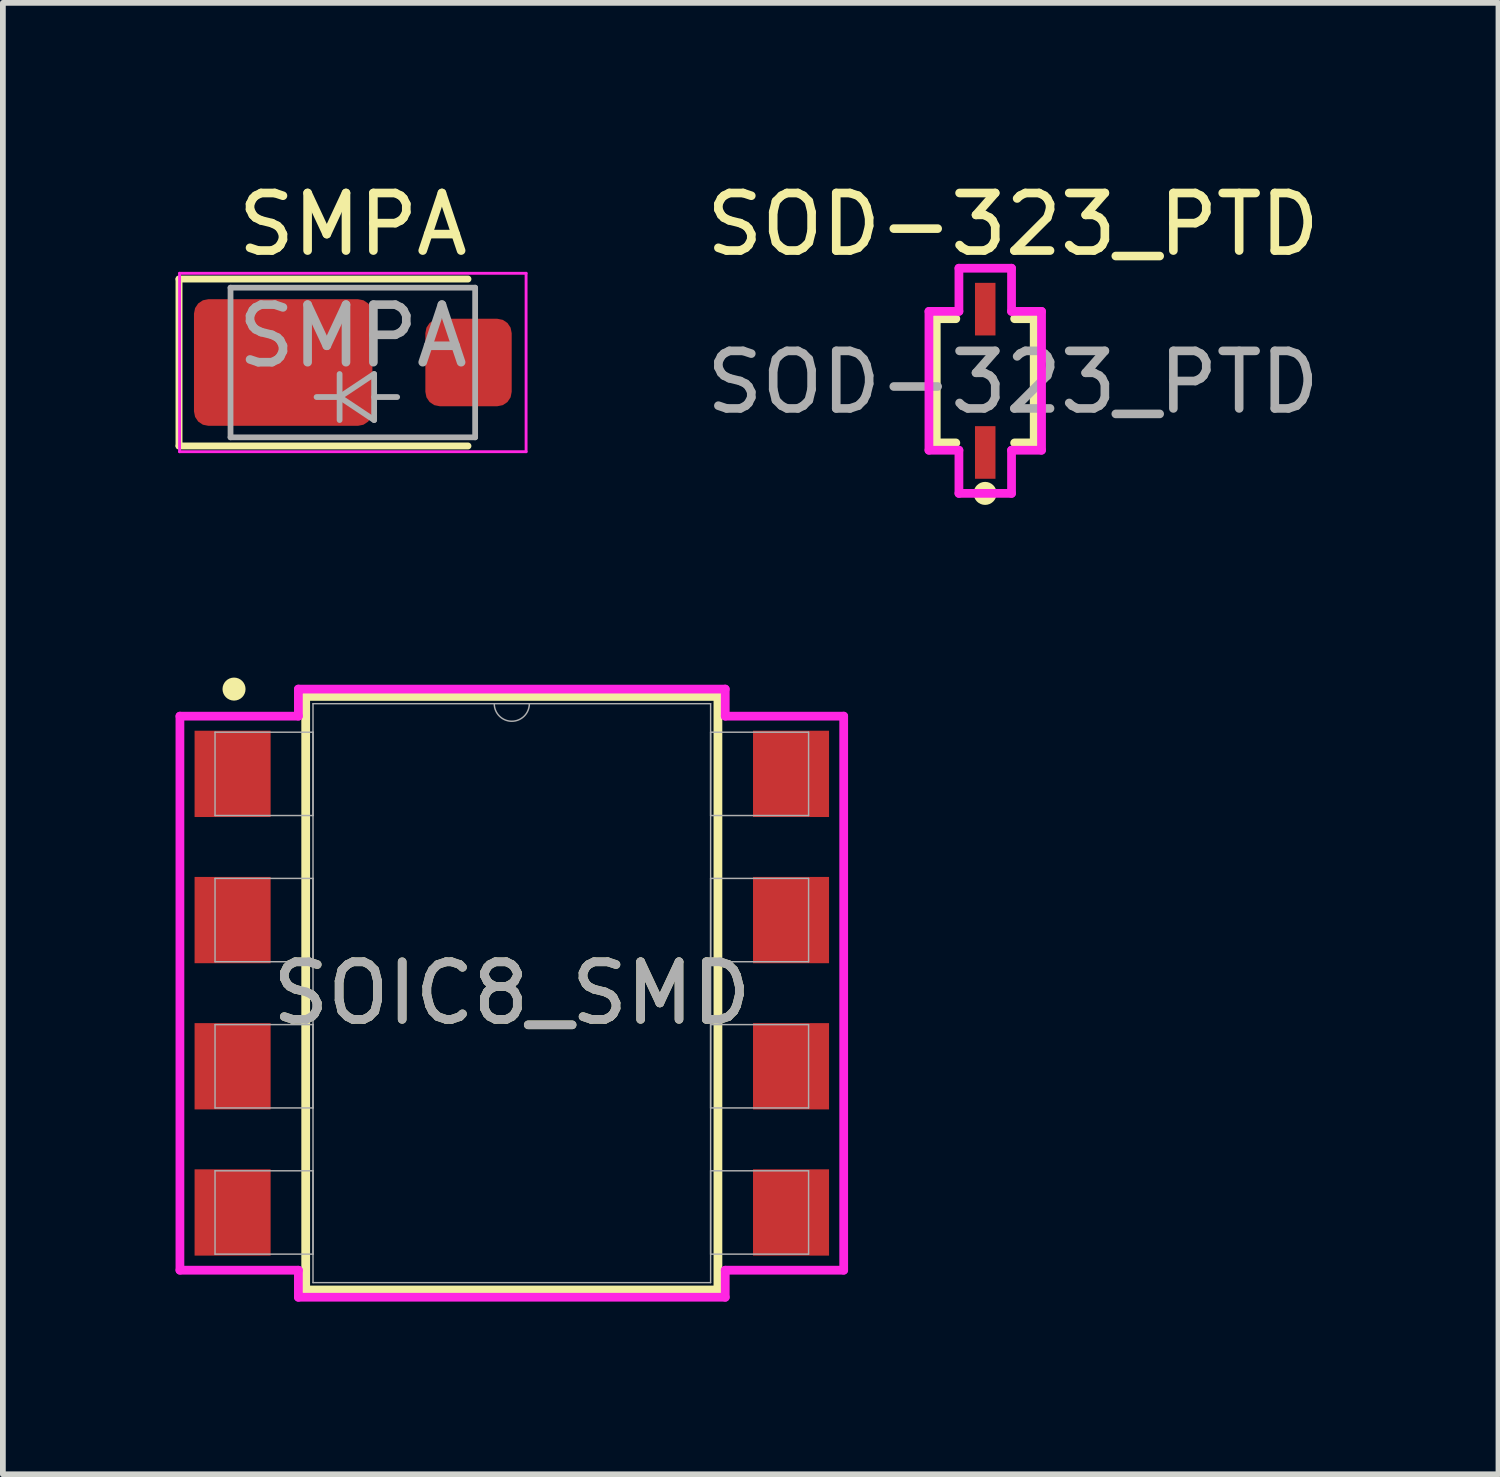
<source format=kicad_pcb>
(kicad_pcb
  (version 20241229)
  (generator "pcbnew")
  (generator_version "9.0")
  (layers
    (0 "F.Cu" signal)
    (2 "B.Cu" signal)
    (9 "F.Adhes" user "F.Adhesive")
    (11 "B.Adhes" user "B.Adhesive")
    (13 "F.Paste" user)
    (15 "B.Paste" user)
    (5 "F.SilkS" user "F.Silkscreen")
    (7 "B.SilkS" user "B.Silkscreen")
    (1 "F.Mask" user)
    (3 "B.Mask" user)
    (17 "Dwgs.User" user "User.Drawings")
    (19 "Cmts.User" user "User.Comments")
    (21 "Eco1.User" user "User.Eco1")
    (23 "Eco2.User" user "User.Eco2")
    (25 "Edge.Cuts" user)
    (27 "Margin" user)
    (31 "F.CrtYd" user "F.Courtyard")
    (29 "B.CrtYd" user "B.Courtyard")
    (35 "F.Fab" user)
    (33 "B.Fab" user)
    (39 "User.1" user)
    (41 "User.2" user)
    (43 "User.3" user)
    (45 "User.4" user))
  (footprint "SOIC8_SMD"
    (layer "F.Cu")
    (at 5.842 14.205)
    (property "Reference" "SOIC8_SMD" (at 0 0 0) (unlocked yes) (layer "F.SilkS") (effects (font (size 1 1) (thickness 0.15))))
    (attr smd)
    (fp_line (start -3.581 -5.156) (end -3.581 5.156) (stroke (width 0.152) (type solid)) (layer "F.SilkS"))
    (fp_line (start -3.581 5.156) (end 3.581 5.156) (stroke (width 0.152) (type solid)) (layer "F.SilkS"))
    (fp_line (start 3.581 -5.156) (end -3.581 -5.156) (stroke (width 0.152) (type solid)) (layer "F.SilkS"))
    (fp_line (start 3.581 5.156) (end 3.581 -5.156) (stroke (width 0.152) (type solid)) (layer "F.SilkS"))
    (fp_circle (center -4.826 -5.283) (end -4.726 -5.283) (stroke (width 0.2) (type solid)) (fill no) (layer "F.SilkS"))
    (fp_line (start -5.766 -4.813) (end -3.708 -4.813) (stroke (width 0.152) (type solid)) (layer "F.CrtYd"))
    (fp_line (start -5.766 4.813) (end -5.766 -4.813) (stroke (width 0.152) (type solid)) (layer "F.CrtYd"))
    (fp_line (start -5.766 4.813) (end -3.708 4.813) (stroke (width 0.152) (type solid)) (layer "F.CrtYd"))
    (fp_line (start -3.708 -5.283) (end 3.708 -5.283) (stroke (width 0.152) (type solid)) (layer "F.CrtYd"))
    (fp_line (start -3.708 -4.813) (end -3.708 -5.283) (stroke (width 0.152) (type solid)) (layer "F.CrtYd"))
    (fp_line (start -3.708 5.283) (end -3.708 4.813) (stroke (width 0.152) (type solid)) (layer "F.CrtYd"))
    (fp_line (start 3.708 -5.283) (end 3.708 -4.813) (stroke (width 0.152) (type solid)) (layer "F.CrtYd"))
    (fp_line (start 3.708 4.813) (end 3.708 5.283) (stroke (width 0.152) (type solid)) (layer "F.CrtYd"))
    (fp_line (start 3.708 5.283) (end -3.708 5.283) (stroke (width 0.152) (type solid)) (layer "F.CrtYd"))
    (fp_line (start 5.766 -4.813) (end 3.708 -4.813) (stroke (width 0.152) (type solid)) (layer "F.CrtYd"))
    (fp_line (start 5.766 -4.813) (end 5.766 4.813) (stroke (width 0.152) (type solid)) (layer "F.CrtYd"))
    (fp_line (start 5.766 4.813) (end 3.708 4.813) (stroke (width 0.152) (type solid)) (layer "F.CrtYd"))
    (fp_line (start -5.156 -4.534) (end -5.156 -3.086) (stroke (width 0.025) (type solid)) (layer "F.Fab"))
    (fp_line (start -5.156 -3.086) (end -3.454 -3.086) (stroke (width 0.025) (type solid)) (layer "F.Fab"))
    (fp_line (start -5.156 -1.994) (end -5.156 -0.546) (stroke (width 0.025) (type solid)) (layer "F.Fab"))
    (fp_line (start -5.156 -0.546) (end -3.454 -0.546) (stroke (width 0.025) (type solid)) (layer "F.Fab"))
    (fp_line (start -5.156 0.546) (end -5.156 1.994) (stroke (width 0.025) (type solid)) (layer "F.Fab"))
    (fp_line (start -5.156 1.994) (end -3.454 1.994) (stroke (width 0.025) (type solid)) (layer "F.Fab"))
    (fp_line (start -5.156 3.086) (end -5.156 4.534) (stroke (width 0.025) (type solid)) (layer "F.Fab"))
    (fp_line (start -5.156 4.534) (end -3.454 4.534) (stroke (width 0.025) (type solid)) (layer "F.Fab"))
    (fp_line (start -3.454 -5.029) (end -3.454 5.029) (stroke (width 0.025) (type solid)) (layer "F.Fab"))
    (fp_line (start -3.454 -4.534) (end -5.156 -4.534) (stroke (width 0.025) (type solid)) (layer "F.Fab"))
    (fp_line (start -3.454 -3.086) (end -3.454 -4.534) (stroke (width 0.025) (type solid)) (layer "F.Fab"))
    (fp_line (start -3.454 -1.994) (end -5.156 -1.994) (stroke (width 0.025) (type solid)) (layer "F.Fab"))
    (fp_line (start -3.454 -0.546) (end -3.454 -1.994) (stroke (width 0.025) (type solid)) (layer "F.Fab"))
    (fp_line (start -3.454 0.546) (end -5.156 0.546) (stroke (width 0.025) (type solid)) (layer "F.Fab"))
    (fp_line (start -3.454 1.994) (end -3.454 0.546) (stroke (width 0.025) (type solid)) (layer "F.Fab"))
    (fp_line (start -3.454 3.086) (end -5.156 3.086) (stroke (width 0.025) (type solid)) (layer "F.Fab"))
    (fp_line (start -3.454 4.534) (end -3.454 3.086) (stroke (width 0.025) (type solid)) (layer "F.Fab"))
    (fp_line (start -3.454 5.029) (end 3.454 5.029) (stroke (width 0.025) (type solid)) (layer "F.Fab"))
    (fp_line (start 3.454 -5.029) (end -3.454 -5.029) (stroke (width 0.025) (type solid)) (layer "F.Fab"))
    (fp_line (start 3.454 -4.534) (end 3.454 -3.086) (stroke (width 0.025) (type solid)) (layer "F.Fab"))
    (fp_line (start 3.454 -3.086) (end 5.156 -3.086) (stroke (width 0.025) (type solid)) (layer "F.Fab"))
    (fp_line (start 3.454 -1.994) (end 3.454 -0.546) (stroke (width 0.025) (type solid)) (layer "F.Fab"))
    (fp_line (start 3.454 -0.546) (end 5.156 -0.546) (stroke (width 0.025) (type solid)) (layer "F.Fab"))
    (fp_line (start 3.454 0.546) (end 3.454 1.994) (stroke (width 0.025) (type solid)) (layer "F.Fab"))
    (fp_line (start 3.454 1.994) (end 5.156 1.994) (stroke (width 0.025) (type solid)) (layer "F.Fab"))
    (fp_line (start 3.454 3.086) (end 3.454 4.534) (stroke (width 0.025) (type solid)) (layer "F.Fab"))
    (fp_line (start 3.454 4.534) (end 5.156 4.534) (stroke (width 0.025) (type solid)) (layer "F.Fab"))
    (fp_line (start 3.454 5.029) (end 3.454 -5.029) (stroke (width 0.025) (type solid)) (layer "F.Fab"))
    (fp_line (start 5.156 -4.534) (end 3.454 -4.534) (stroke (width 0.025) (type solid)) (layer "F.Fab"))
    (fp_line (start 5.156 -3.086) (end 5.156 -4.534) (stroke (width 0.025) (type solid)) (layer "F.Fab"))
    (fp_line (start 5.156 -1.994) (end 3.454 -1.994) (stroke (width 0.025) (type solid)) (layer "F.Fab"))
    (fp_line (start 5.156 -0.546) (end 5.156 -1.994) (stroke (width 0.025) (type solid)) (layer "F.Fab"))
    (fp_line (start 5.156 0.546) (end 3.454 0.546) (stroke (width 0.025) (type solid)) (layer "F.Fab"))
    (fp_line (start 5.156 1.994) (end 5.156 0.546) (stroke (width 0.025) (type solid)) (layer "F.Fab"))
    (fp_line (start 5.156 3.086) (end 3.454 3.086) (stroke (width 0.025) (type solid)) (layer "F.Fab"))
    (fp_line (start 5.156 4.534) (end 5.156 3.086) (stroke (width 0.025) (type solid)) (layer "F.Fab"))
    (fp_arc (start 0.3048 -5.0292) (mid 0 -4.7244) (end -0.3048 -5.0292) (stroke (width 0.0254) (type solid)) (layer "F.Fab"))
    (fp_text user "${REFERENCE}" (at 0 0 0) (unlocked yes) (layer "F.Fab") (effects (font (size 1 1) (thickness 0.15))))
    (pad "1" smd rect (at -4.851 -3.81) (size 1.321 1.499) (layers "F.Cu" "F.Mask" "F.Paste"))
    (pad "2" smd rect (at -4.851 -1.27) (size 1.321 1.499) (layers "F.Cu" "F.Mask" "F.Paste"))
    (pad "3" smd rect (at -4.851 1.27) (size 1.321 1.499) (layers "F.Cu" "F.Mask" "F.Paste"))
    (pad "4" smd rect (at -4.851 3.81) (size 1.321 1.499) (layers "F.Cu" "F.Mask" "F.Paste"))
    (pad "5" smd rect (at 4.851 3.81) (size 1.321 1.499) (layers "F.Cu" "F.Mask" "F.Paste"))
    (pad "6" smd rect (at 4.851 1.27) (size 1.321 1.499) (layers "F.Cu" "F.Mask" "F.Paste"))
    (pad "7" smd rect (at 4.851 -1.27) (size 1.321 1.499) (layers "F.Cu" "F.Mask" "F.Paste"))
    (pad "8" smd rect (at 4.851 -3.81) (size 1.321 1.499) (layers "F.Cu" "F.Mask" "F.Paste")))
  (footprint "SOD-323_PTD"
    (layer "F.Cu")
    (at 14.067 3.566)
    (property "Reference" "SOD-323_PTD" (at 0.483 -2.718 0) (unlocked yes) (layer "F.SilkS") (effects (font (size 1 1) (thickness 0.15))))
    (attr smd)
    (fp_line (start -0.851 -1.079) (end -0.851 1.079) (stroke (width 0.152) (type solid)) (layer "F.SilkS"))
    (fp_line (start -0.851 1.079) (end -0.511 1.079) (stroke (width 0.152) (type solid)) (layer "F.SilkS"))
    (fp_line (start -0.511 -1.079) (end -0.851 -1.079) (stroke (width 0.152) (type solid)) (layer "F.SilkS"))
    (fp_line (start 0.511 1.079) (end 0.851 1.079) (stroke (width 0.152) (type solid)) (layer "F.SilkS"))
    (fp_line (start 0.851 -1.079) (end 0.511 -1.079) (stroke (width 0.152) (type solid)) (layer "F.SilkS"))
    (fp_line (start 0.851 1.079) (end 0.851 -1.079) (stroke (width 0.152) (type solid)) (layer "F.SilkS"))
    (fp_circle (center -0.002 1.956) (end 0.098 1.956) (stroke (width 0.2) (type solid)) (fill no) (layer "F.SilkS"))
    (fp_line (start -0.978 -1.206) (end -0.457 -1.206) (stroke (width 0.152) (type solid)) (layer "F.CrtYd"))
    (fp_line (start -0.978 1.206) (end -0.978 -1.206) (stroke (width 0.152) (type solid)) (layer "F.CrtYd"))
    (fp_line (start -0.978 1.206) (end -0.457 1.206) (stroke (width 0.152) (type solid)) (layer "F.CrtYd"))
    (fp_line (start -0.457 -1.956) (end 0.457 -1.956) (stroke (width 0.152) (type solid)) (layer "F.CrtYd"))
    (fp_line (start -0.457 -1.206) (end -0.457 -1.956) (stroke (width 0.152) (type solid)) (layer "F.CrtYd"))
    (fp_line (start -0.457 1.206) (end -0.457 1.956) (stroke (width 0.152) (type solid)) (layer "F.CrtYd"))
    (fp_line (start -0.457 1.956) (end 0.457 1.956) (stroke (width 0.152) (type solid)) (layer "F.CrtYd"))
    (fp_line (start 0.457 -1.206) (end 0.457 -1.956) (stroke (width 0.152) (type solid)) (layer "F.CrtYd"))
    (fp_line (start 0.457 1.206) (end 0.457 1.956) (stroke (width 0.152) (type solid)) (layer "F.CrtYd"))
    (fp_line (start 0.978 -1.206) (end 0.457 -1.206) (stroke (width 0.152) (type solid)) (layer "F.CrtYd"))
    (fp_line (start 0.978 -1.206) (end 0.978 1.206) (stroke (width 0.152) (type solid)) (layer "F.CrtYd"))
    (fp_line (start 0.978 1.206) (end 0.457 1.206) (stroke (width 0.152) (type solid)) (layer "F.CrtYd"))
    (fp_text user "${REFERENCE}" (at 0.483 0.025 0) (unlocked yes) (layer "F.Fab") (effects (font (size 1 1) (thickness 0.15))))
    (pad "1" smd rect (at 0 1.245) (size 0.356 0.914) (layers "F.Cu" "F.Mask" "F.Paste"))
    (pad "2" smd rect (at 0 -1.245) (size 0.356 0.914) (layers "F.Cu" "F.Mask" "F.Paste")))
  (footprint "SMPA"
    (layer "F.Cu")
    (at 3.08 3.248)
    (property "Reference" "SMPA" (at 0 -2.4 0) (layer "F.SilkS") (effects (font (size 1 1) (thickness 0.15))))
    (attr smd)
    (fp_line (start -3.02 -1.45) (end -3.02 1.45) (stroke (width 0.12) (type solid)) (layer "F.SilkS"))
    (fp_line (start -3.02 -1.45) (end 2 -1.45) (stroke (width 0.12) (type solid)) (layer "F.SilkS"))
    (fp_line (start -3.02 1.45) (end 2 1.45) (stroke (width 0.12) (type solid)) (layer "F.SilkS"))
    (fp_line (start -3.01 -1.55) (end 3.01 -1.55) (stroke (width 0.05) (type solid)) (layer "F.CrtYd"))
    (fp_line (start -3.01 1.55) (end -3.01 -1.55) (stroke (width 0.05) (type solid)) (layer "F.CrtYd"))
    (fp_line (start 3.01 -1.55) (end 3.01 1.55) (stroke (width 0.05) (type solid)) (layer "F.CrtYd"))
    (fp_line (start 3.01 1.55) (end -3.01 1.55) (stroke (width 0.05) (type solid)) (layer "F.CrtYd"))
    (fp_line (start -2.125 1.3) (end -2.125 -1.3) (stroke (width 0.1) (type solid)) (layer "F.Fab"))
    (fp_line (start -0.23 0.2) (end -0.23 1) (stroke (width 0.1) (type solid)) (layer "F.Fab"))
    (fp_line (start -0.23 0.6) (end -0.63 0.6) (stroke (width 0.1) (type solid)) (layer "F.Fab"))
    (fp_line (start -0.23 0.6) (end 0.37 0.2) (stroke (width 0.1) (type solid)) (layer "F.Fab"))
    (fp_line (start -0.23 0.6) (end 0.37 1) (stroke (width 0.1) (type solid)) (layer "F.Fab"))
    (fp_line (start 0.37 0.6) (end 0.77 0.6) (stroke (width 0.1) (type solid)) (layer "F.Fab"))
    (fp_line (start 0.37 1) (end 0.37 0.2) (stroke (width 0.1) (type solid)) (layer "F.Fab"))
    (fp_line (start 2.125 -1.3) (end -2.125 -1.3) (stroke (width 0.1) (type solid)) (layer "F.Fab"))
    (fp_line (start 2.125 -1.3) (end 2.125 1.3) (stroke (width 0.1) (type solid)) (layer "F.Fab"))
    (fp_line (start 2.125 1.3) (end -2.125 1.3) (stroke (width 0.1) (type solid)) (layer "F.Fab"))
    (fp_text user "${REFERENCE}" (at 0 -0.46 0) (layer "F.Fab") (effects (font (size 1 1) (thickness 0.15))))
    (pad "1" smd roundrect (at -1.21 0) (size 3.1 2.2) (layers "F.Cu" "F.Mask" "F.Paste") (roundrect_rratio 0.114))
    (pad "2" smd roundrect (at 2.01 0) (size 1.5 1.52) (layers "F.Cu" "F.Mask" "F.Paste") (roundrect_rratio 0.167)))
  (gr_rect
    (start -3 -3)
    (end 22.984 22.564)
    (stroke (width 0.1) (type default))
    (fill no)
    (layer "Edge.Cuts")))
</source>
